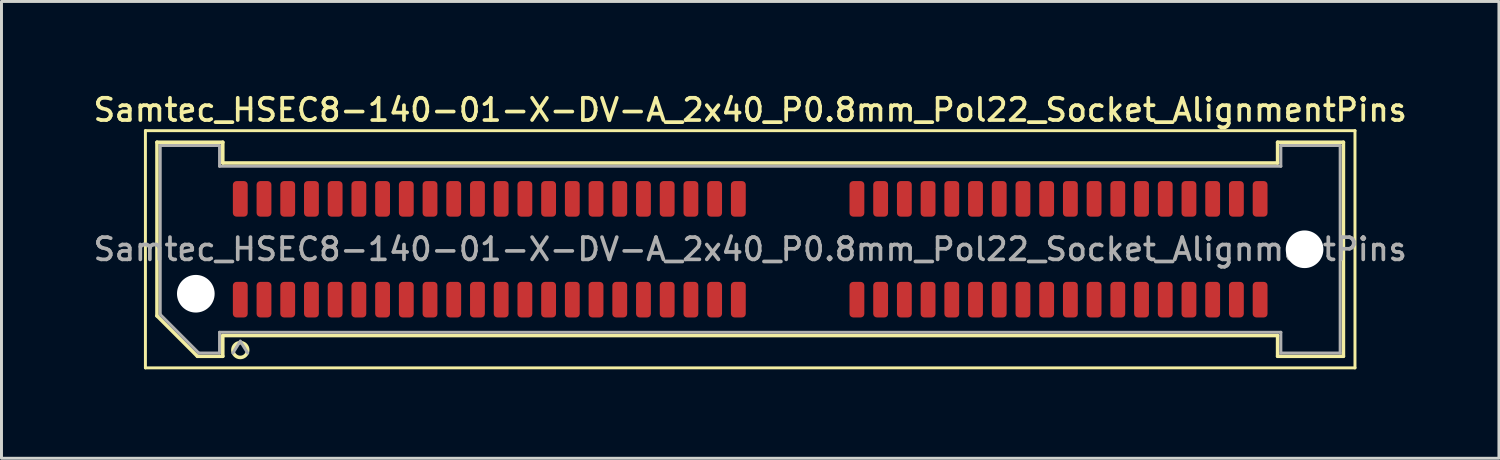
<source format=kicad_pcb>
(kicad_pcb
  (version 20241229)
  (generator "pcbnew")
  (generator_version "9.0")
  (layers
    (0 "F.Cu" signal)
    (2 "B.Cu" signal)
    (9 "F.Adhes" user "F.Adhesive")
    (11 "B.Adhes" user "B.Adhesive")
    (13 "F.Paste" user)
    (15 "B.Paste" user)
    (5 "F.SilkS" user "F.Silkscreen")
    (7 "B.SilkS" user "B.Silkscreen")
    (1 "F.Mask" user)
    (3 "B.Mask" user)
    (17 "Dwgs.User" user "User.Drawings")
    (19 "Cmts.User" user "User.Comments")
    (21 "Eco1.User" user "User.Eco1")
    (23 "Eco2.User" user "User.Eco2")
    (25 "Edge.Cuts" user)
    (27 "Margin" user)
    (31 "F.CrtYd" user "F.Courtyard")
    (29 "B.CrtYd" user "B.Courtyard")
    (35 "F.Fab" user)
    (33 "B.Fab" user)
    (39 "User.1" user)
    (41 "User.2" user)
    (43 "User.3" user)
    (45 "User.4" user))
  (footprint "Samtec_HSEC8-140-01-X-DV-A_2x40_P0.8mm_Pol22_Socket_AlignmentPins"
    (layer "F.Cu")
    (at 22.255 5.358)
    (property "Reference" "Samtec_HSEC8-140-01-X-DV-A_2x40_P0.8mm_Pol22_Socket_AlignmentPins" (at 0 -4.7 0) (layer "F.SilkS") (effects (font (size 0.75 0.75) (thickness 0.125))))
    (attr smd)
    (fp_line (start -20.4 -4) (end -20.4 4) (stroke (width 0.1) (type solid)) (layer "F.SilkS"))
    (fp_line (start -20.4 4) (end 20.4 4) (stroke (width 0.1) (type solid)) (layer "F.SilkS"))
    (fp_line (start -20.01 -3.61) (end -17.79 -3.61) (stroke (width 0.12) (type solid)) (layer "F.SilkS"))
    (fp_line (start -20.01 2.246) (end -20.01 -3.61) (stroke (width 0.12) (type solid)) (layer "F.SilkS"))
    (fp_line (start -18.646 3.61) (end -20.01 2.246) (stroke (width 0.12) (type solid)) (layer "F.SilkS"))
    (fp_line (start -17.79 -3.61) (end -17.79 -2.91) (stroke (width 0.12) (type solid)) (layer "F.SilkS"))
    (fp_line (start -17.79 -2.91) (end 17.79 -2.91) (stroke (width 0.12) (type solid)) (layer "F.SilkS"))
    (fp_line (start -17.79 2.91) (end -17.79 3.61) (stroke (width 0.12) (type solid)) (layer "F.SilkS"))
    (fp_line (start -17.79 3.61) (end -18.646 3.61) (stroke (width 0.12) (type solid)) (layer "F.SilkS"))
    (fp_line (start 17.79 -3.61) (end 20.01 -3.61) (stroke (width 0.12) (type solid)) (layer "F.SilkS"))
    (fp_line (start 17.79 -2.91) (end 17.79 -3.61) (stroke (width 0.12) (type solid)) (layer "F.SilkS"))
    (fp_line (start 17.79 2.91) (end -17.79 2.91) (stroke (width 0.12) (type solid)) (layer "F.SilkS"))
    (fp_line (start 17.79 3.61) (end 17.79 2.91) (stroke (width 0.12) (type solid)) (layer "F.SilkS"))
    (fp_line (start 20.01 -3.61) (end 20.01 3.61) (stroke (width 0.12) (type solid)) (layer "F.SilkS"))
    (fp_line (start 20.01 3.61) (end 17.79 3.61) (stroke (width 0.12) (type solid)) (layer "F.SilkS"))
    (fp_line (start 20.4 -4) (end -20.4 -4) (stroke (width 0.1) (type solid)) (layer "F.SilkS"))
    (fp_line (start 20.4 4) (end 20.4 -4) (stroke (width 0.1) (type solid)) (layer "F.SilkS"))
    (fp_arc (start -16.95 3.4) (mid -17.45 3.4) (end -16.95 3.4) (stroke (width 0.12) (type solid)) (layer "F.SilkS"))
    (fp_line (start -19.9 -3.5) (end -17.9 -3.5) (stroke (width 0.1) (type solid)) (layer "F.Fab"))
    (fp_line (start -19.9 2.2) (end -19.9 -3.5) (stroke (width 0.1) (type solid)) (layer "F.Fab"))
    (fp_line (start -18.6 3.5) (end -19.9 2.2) (stroke (width 0.1) (type solid)) (layer "F.Fab"))
    (fp_line (start -17.9 -3.5) (end -17.9 -2.8) (stroke (width 0.1) (type solid)) (layer "F.Fab"))
    (fp_line (start -17.9 -2.8) (end 17.9 -2.8) (stroke (width 0.1) (type solid)) (layer "F.Fab"))
    (fp_line (start -17.9 2.8) (end -17.9 3.5) (stroke (width 0.1) (type solid)) (layer "F.Fab"))
    (fp_line (start -17.9 3.5) (end -18.6 3.5) (stroke (width 0.1) (type solid)) (layer "F.Fab"))
    (fp_line (start -17.2 3.1) (end -17.45 3.5) (stroke (width 0.1) (type solid)) (layer "F.Fab"))
    (fp_line (start -17.2 3.1) (end -16.95 3.5) (stroke (width 0.1) (type solid)) (layer "F.Fab"))
    (fp_line (start 17.9 -3.5) (end 19.9 -3.5) (stroke (width 0.1) (type solid)) (layer "F.Fab"))
    (fp_line (start 17.9 -2.8) (end 17.9 -3.5) (stroke (width 0.1) (type solid)) (layer "F.Fab"))
    (fp_line (start 17.9 2.8) (end -17.9 2.8) (stroke (width 0.1) (type solid)) (layer "F.Fab"))
    (fp_line (start 17.9 3.5) (end 17.9 2.8) (stroke (width 0.1) (type solid)) (layer "F.Fab"))
    (fp_line (start 19.9 -3.5) (end 19.9 3.5) (stroke (width 0.1) (type solid)) (layer "F.Fab"))
    (fp_line (start 19.9 3.5) (end 17.9 3.5) (stroke (width 0.1) (type solid)) (layer "F.Fab"))
    (fp_text user "${REFERENCE}" (at 0 0 0) (layer "F.Fab") (effects (font (size 0.75 0.75) (thickness 0.125))))
    (pad "" np_thru_hole circle (at -18.7 1.5) (size 1.27 1.27) (drill 1.27) (layers "*.Cu" "*.Mask"))
    (pad "" np_thru_hole circle (at 18.7 0) (size 1.27 1.27) (drill 1.27) (layers "*.Cu" "*.Mask"))
    (pad "1" smd roundrect (at -17.2 1.7) (size 0.5 1.2) (layers "F.Cu" "F.Mask" "F.Paste") (roundrect_rratio 0.25))
    (pad "2" smd roundrect (at -17.2 -1.7) (size 0.5 1.2) (layers "F.Cu" "F.Mask" "F.Paste") (roundrect_rratio 0.25))
    (pad "3" smd roundrect (at -16.4 1.7) (size 0.5 1.2) (layers "F.Cu" "F.Mask" "F.Paste") (roundrect_rratio 0.25))
    (pad "4" smd roundrect (at -16.4 -1.7) (size 0.5 1.2) (layers "F.Cu" "F.Mask" "F.Paste") (roundrect_rratio 0.25))
    (pad "5" smd roundrect (at -15.6 1.7) (size 0.5 1.2) (layers "F.Cu" "F.Mask" "F.Paste") (roundrect_rratio 0.25))
    (pad "6" smd roundrect (at -15.6 -1.7) (size 0.5 1.2) (layers "F.Cu" "F.Mask" "F.Paste") (roundrect_rratio 0.25))
    (pad "7" smd roundrect (at -14.8 1.7) (size 0.5 1.2) (layers "F.Cu" "F.Mask" "F.Paste") (roundrect_rratio 0.25))
    (pad "8" smd roundrect (at -14.8 -1.7) (size 0.5 1.2) (layers "F.Cu" "F.Mask" "F.Paste") (roundrect_rratio 0.25))
    (pad "9" smd roundrect (at -14 1.7) (size 0.5 1.2) (layers "F.Cu" "F.Mask" "F.Paste") (roundrect_rratio 0.25))
    (pad "10" smd roundrect (at -14 -1.7) (size 0.5 1.2) (layers "F.Cu" "F.Mask" "F.Paste") (roundrect_rratio 0.25))
    (pad "11" smd roundrect (at -13.2 1.7) (size 0.5 1.2) (layers "F.Cu" "F.Mask" "F.Paste") (roundrect_rratio 0.25))
    (pad "12" smd roundrect (at -13.2 -1.7) (size 0.5 1.2) (layers "F.Cu" "F.Mask" "F.Paste") (roundrect_rratio 0.25))
    (pad "13" smd roundrect (at -12.4 1.7) (size 0.5 1.2) (layers "F.Cu" "F.Mask" "F.Paste") (roundrect_rratio 0.25))
    (pad "14" smd roundrect (at -12.4 -1.7) (size 0.5 1.2) (layers "F.Cu" "F.Mask" "F.Paste") (roundrect_rratio 0.25))
    (pad "15" smd roundrect (at -11.6 1.7) (size 0.5 1.2) (layers "F.Cu" "F.Mask" "F.Paste") (roundrect_rratio 0.25))
    (pad "16" smd roundrect (at -11.6 -1.7) (size 0.5 1.2) (layers "F.Cu" "F.Mask" "F.Paste") (roundrect_rratio 0.25))
    (pad "17" smd roundrect (at -10.8 1.7) (size 0.5 1.2) (layers "F.Cu" "F.Mask" "F.Paste") (roundrect_rratio 0.25))
    (pad "18" smd roundrect (at -10.8 -1.7) (size 0.5 1.2) (layers "F.Cu" "F.Mask" "F.Paste") (roundrect_rratio 0.25))
    (pad "19" smd roundrect (at -10 1.7) (size 0.5 1.2) (layers "F.Cu" "F.Mask" "F.Paste") (roundrect_rratio 0.25))
    (pad "20" smd roundrect (at -10 -1.7) (size 0.5 1.2) (layers "F.Cu" "F.Mask" "F.Paste") (roundrect_rratio 0.25))
    (pad "21" smd roundrect (at -9.2 1.7) (size 0.5 1.2) (layers "F.Cu" "F.Mask" "F.Paste") (roundrect_rratio 0.25))
    (pad "22" smd roundrect (at -9.2 -1.7) (size 0.5 1.2) (layers "F.Cu" "F.Mask" "F.Paste") (roundrect_rratio 0.25))
    (pad "23" smd roundrect (at -8.4 1.7) (size 0.5 1.2) (layers "F.Cu" "F.Mask" "F.Paste") (roundrect_rratio 0.25))
    (pad "24" smd roundrect (at -8.4 -1.7) (size 0.5 1.2) (layers "F.Cu" "F.Mask" "F.Paste") (roundrect_rratio 0.25))
    (pad "25" smd roundrect (at -7.6 1.7) (size 0.5 1.2) (layers "F.Cu" "F.Mask" "F.Paste") (roundrect_rratio 0.25))
    (pad "26" smd roundrect (at -7.6 -1.7) (size 0.5 1.2) (layers "F.Cu" "F.Mask" "F.Paste") (roundrect_rratio 0.25))
    (pad "27" smd roundrect (at -6.8 1.7) (size 0.5 1.2) (layers "F.Cu" "F.Mask" "F.Paste") (roundrect_rratio 0.25))
    (pad "28" smd roundrect (at -6.8 -1.7) (size 0.5 1.2) (layers "F.Cu" "F.Mask" "F.Paste") (roundrect_rratio 0.25))
    (pad "29" smd roundrect (at -6 1.7) (size 0.5 1.2) (layers "F.Cu" "F.Mask" "F.Paste") (roundrect_rratio 0.25))
    (pad "30" smd roundrect (at -6 -1.7) (size 0.5 1.2) (layers "F.Cu" "F.Mask" "F.Paste") (roundrect_rratio 0.25))
    (pad "31" smd roundrect (at -5.2 1.7) (size 0.5 1.2) (layers "F.Cu" "F.Mask" "F.Paste") (roundrect_rratio 0.25))
    (pad "32" smd roundrect (at -5.2 -1.7) (size 0.5 1.2) (layers "F.Cu" "F.Mask" "F.Paste") (roundrect_rratio 0.25))
    (pad "33" smd roundrect (at -4.4 1.7) (size 0.5 1.2) (layers "F.Cu" "F.Mask" "F.Paste") (roundrect_rratio 0.25))
    (pad "34" smd roundrect (at -4.4 -1.7) (size 0.5 1.2) (layers "F.Cu" "F.Mask" "F.Paste") (roundrect_rratio 0.25))
    (pad "35" smd roundrect (at -3.6 1.7) (size 0.5 1.2) (layers "F.Cu" "F.Mask" "F.Paste") (roundrect_rratio 0.25))
    (pad "36" smd roundrect (at -3.6 -1.7) (size 0.5 1.2) (layers "F.Cu" "F.Mask" "F.Paste") (roundrect_rratio 0.25))
    (pad "37" smd roundrect (at -2.8 1.7) (size 0.5 1.2) (layers "F.Cu" "F.Mask" "F.Paste") (roundrect_rratio 0.25))
    (pad "38" smd roundrect (at -2.8 -1.7) (size 0.5 1.2) (layers "F.Cu" "F.Mask" "F.Paste") (roundrect_rratio 0.25))
    (pad "39" smd roundrect (at -2 1.7) (size 0.5 1.2) (layers "F.Cu" "F.Mask" "F.Paste") (roundrect_rratio 0.25))
    (pad "40" smd roundrect (at -2 -1.7) (size 0.5 1.2) (layers "F.Cu" "F.Mask" "F.Paste") (roundrect_rratio 0.25))
    (pad "41" smd roundrect (at -1.2 1.7) (size 0.5 1.2) (layers "F.Cu" "F.Mask" "F.Paste") (roundrect_rratio 0.25))
    (pad "42" smd roundrect (at -1.2 -1.7) (size 0.5 1.2) (layers "F.Cu" "F.Mask" "F.Paste") (roundrect_rratio 0.25))
    (pad "43" smd roundrect (at -0.4 1.7) (size 0.5 1.2) (layers "F.Cu" "F.Mask" "F.Paste") (roundrect_rratio 0.25))
    (pad "44" smd roundrect (at -0.4 -1.7) (size 0.5 1.2) (layers "F.Cu" "F.Mask" "F.Paste") (roundrect_rratio 0.25))
    (pad "45" smd roundrect (at 3.6 1.7) (size 0.5 1.2) (layers "F.Cu" "F.Mask" "F.Paste") (roundrect_rratio 0.25))
    (pad "46" smd roundrect (at 3.6 -1.7) (size 0.5 1.2) (layers "F.Cu" "F.Mask" "F.Paste") (roundrect_rratio 0.25))
    (pad "47" smd roundrect (at 4.4 1.7) (size 0.5 1.2) (layers "F.Cu" "F.Mask" "F.Paste") (roundrect_rratio 0.25))
    (pad "48" smd roundrect (at 4.4 -1.7) (size 0.5 1.2) (layers "F.Cu" "F.Mask" "F.Paste") (roundrect_rratio 0.25))
    (pad "49" smd roundrect (at 5.2 1.7) (size 0.5 1.2) (layers "F.Cu" "F.Mask" "F.Paste") (roundrect_rratio 0.25))
    (pad "50" smd roundrect (at 5.2 -1.7) (size 0.5 1.2) (layers "F.Cu" "F.Mask" "F.Paste") (roundrect_rratio 0.25))
    (pad "51" smd roundrect (at 6 1.7) (size 0.5 1.2) (layers "F.Cu" "F.Mask" "F.Paste") (roundrect_rratio 0.25))
    (pad "52" smd roundrect (at 6 -1.7) (size 0.5 1.2) (layers "F.Cu" "F.Mask" "F.Paste") (roundrect_rratio 0.25))
    (pad "53" smd roundrect (at 6.8 1.7) (size 0.5 1.2) (layers "F.Cu" "F.Mask" "F.Paste") (roundrect_rratio 0.25))
    (pad "54" smd roundrect (at 6.8 -1.7) (size 0.5 1.2) (layers "F.Cu" "F.Mask" "F.Paste") (roundrect_rratio 0.25))
    (pad "55" smd roundrect (at 7.6 1.7) (size 0.5 1.2) (layers "F.Cu" "F.Mask" "F.Paste") (roundrect_rratio 0.25))
    (pad "56" smd roundrect (at 7.6 -1.7) (size 0.5 1.2) (layers "F.Cu" "F.Mask" "F.Paste") (roundrect_rratio 0.25))
    (pad "57" smd roundrect (at 8.4 1.7) (size 0.5 1.2) (layers "F.Cu" "F.Mask" "F.Paste") (roundrect_rratio 0.25))
    (pad "58" smd roundrect (at 8.4 -1.7) (size 0.5 1.2) (layers "F.Cu" "F.Mask" "F.Paste") (roundrect_rratio 0.25))
    (pad "59" smd roundrect (at 9.2 1.7) (size 0.5 1.2) (layers "F.Cu" "F.Mask" "F.Paste") (roundrect_rratio 0.25))
    (pad "60" smd roundrect (at 9.2 -1.7) (size 0.5 1.2) (layers "F.Cu" "F.Mask" "F.Paste") (roundrect_rratio 0.25))
    (pad "61" smd roundrect (at 10 1.7) (size 0.5 1.2) (layers "F.Cu" "F.Mask" "F.Paste") (roundrect_rratio 0.25))
    (pad "62" smd roundrect (at 10 -1.7) (size 0.5 1.2) (layers "F.Cu" "F.Mask" "F.Paste") (roundrect_rratio 0.25))
    (pad "63" smd roundrect (at 10.8 1.7) (size 0.5 1.2) (layers "F.Cu" "F.Mask" "F.Paste") (roundrect_rratio 0.25))
    (pad "64" smd roundrect (at 10.8 -1.7) (size 0.5 1.2) (layers "F.Cu" "F.Mask" "F.Paste") (roundrect_rratio 0.25))
    (pad "65" smd roundrect (at 11.6 1.7) (size 0.5 1.2) (layers "F.Cu" "F.Mask" "F.Paste") (roundrect_rratio 0.25))
    (pad "66" smd roundrect (at 11.6 -1.7) (size 0.5 1.2) (layers "F.Cu" "F.Mask" "F.Paste") (roundrect_rratio 0.25))
    (pad "67" smd roundrect (at 12.4 1.7) (size 0.5 1.2) (layers "F.Cu" "F.Mask" "F.Paste") (roundrect_rratio 0.25))
    (pad "68" smd roundrect (at 12.4 -1.7) (size 0.5 1.2) (layers "F.Cu" "F.Mask" "F.Paste") (roundrect_rratio 0.25))
    (pad "69" smd roundrect (at 13.2 1.7) (size 0.5 1.2) (layers "F.Cu" "F.Mask" "F.Paste") (roundrect_rratio 0.25))
    (pad "70" smd roundrect (at 13.2 -1.7) (size 0.5 1.2) (layers "F.Cu" "F.Mask" "F.Paste") (roundrect_rratio 0.25))
    (pad "71" smd roundrect (at 14 1.7) (size 0.5 1.2) (layers "F.Cu" "F.Mask" "F.Paste") (roundrect_rratio 0.25))
    (pad "72" smd roundrect (at 14 -1.7) (size 0.5 1.2) (layers "F.Cu" "F.Mask" "F.Paste") (roundrect_rratio 0.25))
    (pad "73" smd roundrect (at 14.8 1.7) (size 0.5 1.2) (layers "F.Cu" "F.Mask" "F.Paste") (roundrect_rratio 0.25))
    (pad "74" smd roundrect (at 14.8 -1.7) (size 0.5 1.2) (layers "F.Cu" "F.Mask" "F.Paste") (roundrect_rratio 0.25))
    (pad "75" smd roundrect (at 15.6 1.7) (size 0.5 1.2) (layers "F.Cu" "F.Mask" "F.Paste") (roundrect_rratio 0.25))
    (pad "76" smd roundrect (at 15.6 -1.7) (size 0.5 1.2) (layers "F.Cu" "F.Mask" "F.Paste") (roundrect_rratio 0.25))
    (pad "77" smd roundrect (at 16.4 1.7) (size 0.5 1.2) (layers "F.Cu" "F.Mask" "F.Paste") (roundrect_rratio 0.25))
    (pad "78" smd roundrect (at 16.4 -1.7) (size 0.5 1.2) (layers "F.Cu" "F.Mask" "F.Paste") (roundrect_rratio 0.25))
    (pad "79" smd roundrect (at 17.2 1.7) (size 0.5 1.2) (layers "F.Cu" "F.Mask" "F.Paste") (roundrect_rratio 0.25))
    (pad "80" smd roundrect (at 17.2 -1.7) (size 0.5 1.2) (layers "F.Cu" "F.Mask" "F.Paste") (roundrect_rratio 0.25)))
  (gr_rect
    (start -3 -3)
    (end 47.511 12.408)
    (stroke (width 0.1) (type default))
    (fill no)
    (layer "Edge.Cuts")))
</source>
